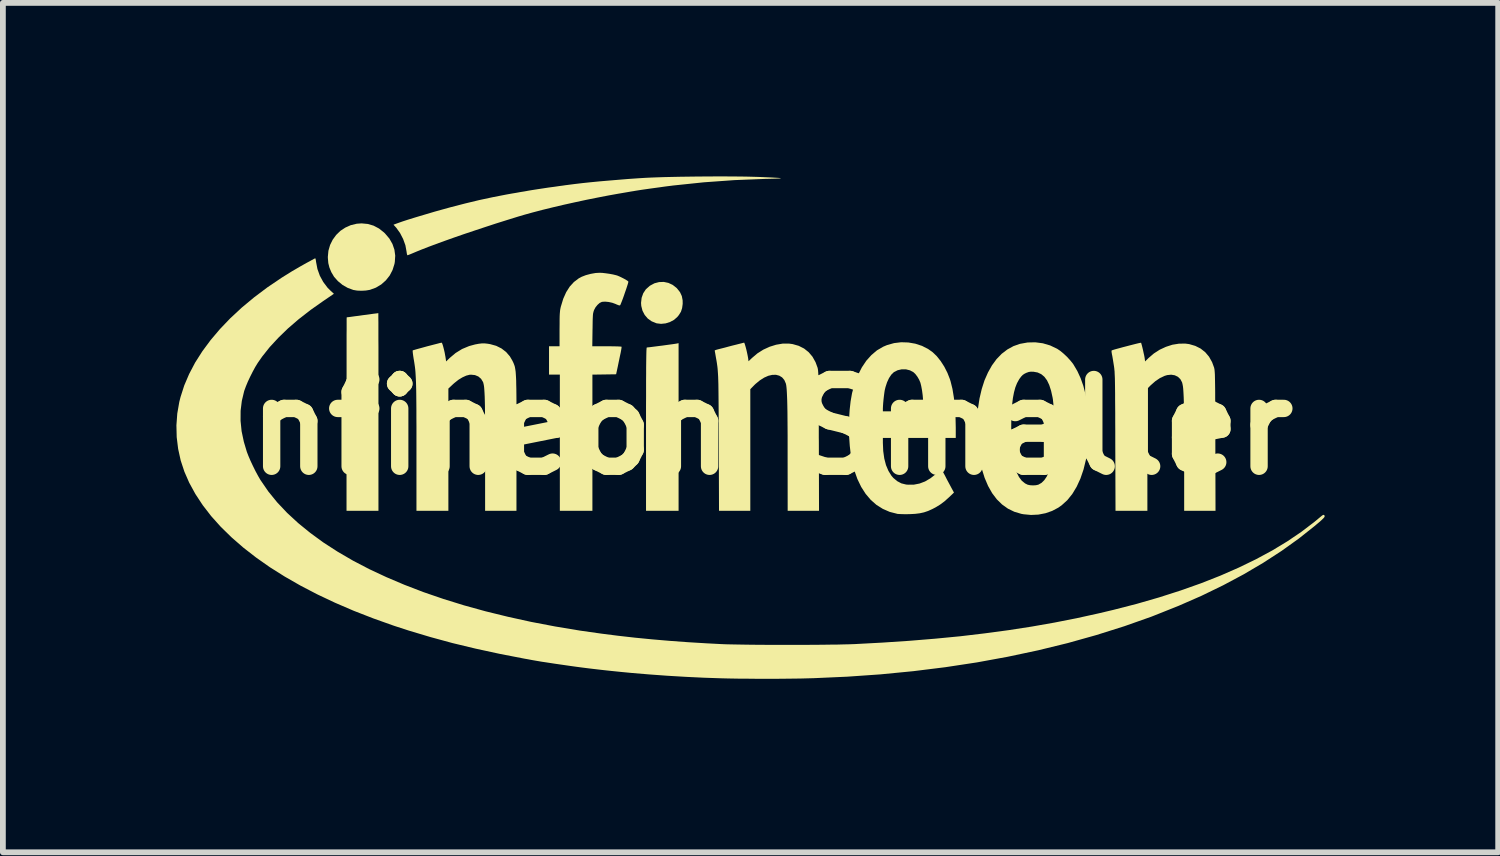
<source format=kicad_pcb>
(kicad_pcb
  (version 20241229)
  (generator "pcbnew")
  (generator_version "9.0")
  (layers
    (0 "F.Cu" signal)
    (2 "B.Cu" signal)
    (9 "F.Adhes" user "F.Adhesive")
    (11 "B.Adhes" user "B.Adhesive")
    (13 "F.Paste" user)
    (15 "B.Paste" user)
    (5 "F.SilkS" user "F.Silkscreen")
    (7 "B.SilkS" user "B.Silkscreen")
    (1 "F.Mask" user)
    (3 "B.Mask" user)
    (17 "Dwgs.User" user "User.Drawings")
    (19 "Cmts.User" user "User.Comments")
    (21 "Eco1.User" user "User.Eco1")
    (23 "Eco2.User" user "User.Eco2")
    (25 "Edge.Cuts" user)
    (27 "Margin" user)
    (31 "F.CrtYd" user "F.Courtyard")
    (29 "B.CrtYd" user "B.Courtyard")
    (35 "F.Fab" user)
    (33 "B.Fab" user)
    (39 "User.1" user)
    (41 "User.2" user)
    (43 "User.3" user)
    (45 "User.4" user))
  (footprint "Infineon Smaller"
    (layer "F.Cu")
    (at 9.932 4.333)
    (property "Reference" "Infineon Smaller" (at 0 0 0) (layer "F.SilkS") (effects (font (size 1.5 1.5) (thickness 0.3))))
    (attr board_only exclude_from_pos_files exclude_from_bom)
    (fp_poly (pts (xy -1.426 -2.492) (xy -1.351 -2.457) (xy -1.283 -2.403) (xy -1.274 -2.393) (xy -1.225 -2.331) (xy -1.194 -2.264) (xy -1.18 -2.191) (xy -1.179 -2.13) (xy -1.189 -2.056) (xy -1.209 -1.994) (xy -1.245 -1.936) (xy -1.272 -1.903) (xy -1.329 -1.853) (xy -1.398 -1.816) (xy -1.474 -1.792) (xy -1.553 -1.784) (xy -1.629 -1.793) (xy -1.638 -1.796) (xy -1.716 -1.828) (xy -1.783 -1.876) (xy -1.836 -1.938) (xy -1.874 -2.011) (xy -1.895 -2.093) (xy -1.899 -2.146) (xy -1.889 -2.234) (xy -1.861 -2.313) (xy -1.816 -2.381) (xy -1.752 -2.438) (xy -1.746 -2.443) (xy -1.668 -2.485) (xy -1.588 -2.506) (xy -1.506 -2.509)) (stroke (width 0) (type solid)) (fill yes) (layer "F.SilkS"))
    (fp_poly (pts (xy -1.25 -0.001) (xy -1.25 1.448) (xy -1.532 1.448) (xy -1.813 1.448) (xy -1.813 0.036) (xy -1.813 -0.169) (xy -1.813 -0.356) (xy -1.812 -0.523) (xy -1.812 -0.671) (xy -1.812 -0.803) (xy -1.811 -0.918) (xy -1.811 -1.018) (xy -1.81 -1.104) (xy -1.809 -1.176) (xy -1.808 -1.235) (xy -1.807 -1.283) (xy -1.806 -1.319) (xy -1.804 -1.346) (xy -1.803 -1.363) (xy -1.801 -1.373) (xy -1.799 -1.375) (xy -1.784 -1.377) (xy -1.752 -1.38) (xy -1.706 -1.386) (xy -1.651 -1.393) (xy -1.589 -1.401) (xy -1.524 -1.409) (xy -1.46 -1.418) (xy -1.401 -1.426) (xy -1.349 -1.433) (xy -1.309 -1.439) (xy -1.284 -1.443) (xy -1.279 -1.444) (xy -1.25 -1.45)) (stroke (width 0) (type solid)) (fill yes) (layer "F.SilkS"))
    (fp_poly (pts (xy -6.624 -3.511) (xy -6.524 -3.482) (xy -6.429 -3.432) (xy -6.342 -3.363) (xy -6.324 -3.345) (xy -6.25 -3.258) (xy -6.197 -3.165) (xy -6.163 -3.066) (xy -6.149 -2.963) (xy -6.156 -2.855) (xy -6.162 -2.82) (xy -6.195 -2.715) (xy -6.245 -2.619) (xy -6.311 -2.536) (xy -6.391 -2.465) (xy -6.483 -2.41) (xy -6.587 -2.372) (xy -6.592 -2.371) (xy -6.657 -2.36) (xy -6.733 -2.356) (xy -6.808 -2.359) (xy -6.873 -2.37) (xy -6.876 -2.371) (xy -6.971 -2.406) (xy -7.06 -2.457) (xy -7.139 -2.522) (xy -7.206 -2.597) (xy -7.254 -2.678) (xy -7.287 -2.758) (xy -7.306 -2.834) (xy -7.313 -2.916) (xy -7.314 -2.942) (xy -7.304 -3.048) (xy -7.275 -3.148) (xy -7.23 -3.239) (xy -7.17 -3.321) (xy -7.097 -3.392) (xy -7.012 -3.448) (xy -6.918 -3.49) (xy -6.815 -3.515) (xy -6.73 -3.521)) (stroke (width 0) (type solid)) (fill yes) (layer "F.SilkS"))
    (fp_poly (pts (xy -6.441 -1.959) (xy -6.441 -1.929) (xy -6.441 -1.88) (xy -6.44 -1.814) (xy -6.44 -1.731) (xy -6.44 -1.633) (xy -6.44 -1.521) (xy -6.439 -1.395) (xy -6.439 -1.258) (xy -6.439 -1.109) (xy -6.439 -0.95) (xy -6.439 -0.783) (xy -6.439 -0.607) (xy -6.439 -0.425) (xy -6.439 -0.26) (xy -6.439 1.448) (xy -6.715 1.448) (xy -6.991 1.448) (xy -6.991 -0.224) (xy -6.991 -0.409) (xy -6.991 -0.588) (xy -6.991 -0.761) (xy -6.99 -0.925) (xy -6.99 -1.08) (xy -6.99 -1.226) (xy -6.99 -1.36) (xy -6.99 -1.481) (xy -6.99 -1.59) (xy -6.989 -1.683) (xy -6.989 -1.761) (xy -6.989 -1.823) (xy -6.989 -1.866) (xy -6.988 -1.891) (xy -6.988 -1.896) (xy -6.978 -1.898) (xy -6.949 -1.901) (xy -6.905 -1.907) (xy -6.849 -1.915) (xy -6.783 -1.923) (xy -6.715 -1.933) (xy -6.642 -1.942) (xy -6.577 -1.951) (xy -6.522 -1.959) (xy -6.479 -1.964) (xy -6.451 -1.968) (xy -6.441 -1.969)) (stroke (width 0) (type solid)) (fill yes) (layer "F.SilkS"))
    (fp_poly (pts (xy -2.568 -2.665) (xy -2.508 -2.658) (xy -2.445 -2.649) (xy -2.385 -2.638) (xy -2.335 -2.626) (xy -2.313 -2.62) (xy -2.274 -2.604) (xy -2.232 -2.584) (xy -2.191 -2.563) (xy -2.155 -2.542) (xy -2.129 -2.525) (xy -2.118 -2.514) (xy -2.12 -2.501) (xy -2.128 -2.472) (xy -2.141 -2.431) (xy -2.157 -2.382) (xy -2.176 -2.328) (xy -2.195 -2.272) (xy -2.214 -2.219) (xy -2.232 -2.172) (xy -2.247 -2.135) (xy -2.257 -2.111) (xy -2.26 -2.107) (xy -2.269 -2.102) (xy -2.288 -2.106) (xy -2.321 -2.119) (xy -2.338 -2.127) (xy -2.395 -2.148) (xy -2.458 -2.162) (xy -2.518 -2.168) (xy -2.57 -2.165) (xy -2.578 -2.163) (xy -2.615 -2.145) (xy -2.652 -2.112) (xy -2.686 -2.07) (xy -2.711 -2.023) (xy -2.718 -2.004) (xy -2.723 -1.985) (xy -2.728 -1.964) (xy -2.731 -1.937) (xy -2.733 -1.901) (xy -2.735 -1.854) (xy -2.736 -1.793) (xy -2.737 -1.715) (xy -2.738 -1.68) (xy -2.742 -1.396) (xy -2.491 -1.396) (xy -2.421 -1.396) (xy -2.358 -1.395) (xy -2.306 -1.394) (xy -2.266 -1.392) (xy -2.242 -1.39) (xy -2.236 -1.388) (xy -2.236 -1.375) (xy -2.24 -1.347) (xy -2.247 -1.308) (xy -2.252 -1.281) (xy -2.263 -1.231) (xy -2.276 -1.168) (xy -2.29 -1.101) (xy -2.301 -1.047) (xy -2.33 -0.912) (xy -2.535 -0.909) (xy -2.74 -0.906) (xy -2.74 0.271) (xy -2.74 1.448) (xy -3.021 1.448) (xy -3.303 1.448) (xy -3.303 0.271) (xy -3.303 -0.906) (xy -3.396 -0.906) (xy -3.49 -0.906) (xy -3.49 -1.151) (xy -3.49 -1.396) (xy -3.399 -1.396) (xy -3.308 -1.396) (xy -3.308 -1.696) (xy -3.307 -1.784) (xy -3.307 -1.855) (xy -3.306 -1.912) (xy -3.304 -1.956) (xy -3.301 -1.992) (xy -3.298 -2.022) (xy -3.293 -2.049) (xy -3.287 -2.077) (xy -3.284 -2.087) (xy -3.244 -2.218) (xy -3.193 -2.332) (xy -3.132 -2.428) (xy -3.06 -2.507) (xy -2.977 -2.57) (xy -2.925 -2.598) (xy -2.853 -2.626) (xy -2.77 -2.648) (xy -2.686 -2.663) (xy -2.616 -2.667)) (stroke (width 0) (type solid)) (fill yes) (layer "F.SilkS"))
    (fp_poly (pts (xy -0.111 -1.449) (xy -0.102 -1.423) (xy -0.091 -1.386) (xy -0.079 -1.341) (xy -0.068 -1.293) (xy -0.058 -1.246) (xy -0.05 -1.204) (xy -0.047 -1.186) (xy -0.041 -1.137) (xy 0.019 -1.194) (xy 0.112 -1.273) (xy 0.215 -1.338) (xy 0.324 -1.388) (xy 0.436 -1.423) (xy 0.548 -1.442) (xy 0.656 -1.443) (xy 0.722 -1.434) (xy 0.827 -1.404) (xy 0.92 -1.357) (xy 0.999 -1.294) (xy 1.065 -1.216) (xy 1.118 -1.121) (xy 1.153 -1.026) (xy 1.155 -1.016) (xy 1.158 -1.003) (xy 1.16 -0.988) (xy 1.162 -0.969) (xy 1.164 -0.944) (xy 1.166 -0.913) (xy 1.167 -0.874) (xy 1.168 -0.827) (xy 1.169 -0.77) (xy 1.17 -0.701) (xy 1.171 -0.62) (xy 1.172 -0.526) (xy 1.172 -0.417) (xy 1.173 -0.293) (xy 1.173 -0.151) (xy 1.174 0.009) (xy 1.174 0.188) (xy 1.175 0.242) (xy 1.178 1.448) (xy 0.907 1.448) (xy 0.636 1.448) (xy 0.635 0.513) (xy 0.635 0.321) (xy 0.635 0.148) (xy 0.634 -0.006) (xy 0.633 -0.143) (xy 0.632 -0.262) (xy 0.63 -0.366) (xy 0.628 -0.456) (xy 0.625 -0.532) (xy 0.622 -0.596) (xy 0.619 -0.648) (xy 0.615 -0.69) (xy 0.611 -0.722) (xy 0.606 -0.746) (xy 0.605 -0.751) (xy 0.578 -0.813) (xy 0.54 -0.858) (xy 0.491 -0.888) (xy 0.434 -0.903) (xy 0.37 -0.902) (xy 0.301 -0.886) (xy 0.229 -0.854) (xy 0.155 -0.807) (xy 0.081 -0.746) (xy 0.06 -0.726) (xy -0.01 -0.654) (xy -0.01 0.397) (xy -0.01 1.448) (xy -0.281 1.448) (xy -0.551 1.448) (xy -0.555 0.273) (xy -0.556 0.088) (xy -0.557 -0.078) (xy -0.557 -0.226) (xy -0.558 -0.358) (xy -0.559 -0.473) (xy -0.56 -0.575) (xy -0.561 -0.664) (xy -0.562 -0.742) (xy -0.564 -0.809) (xy -0.566 -0.868) (xy -0.569 -0.92) (xy -0.572 -0.965) (xy -0.575 -1.006) (xy -0.579 -1.044) (xy -0.584 -1.079) (xy -0.589 -1.114) (xy -0.595 -1.15) (xy -0.602 -1.188) (xy -0.609 -1.229) (xy -0.616 -1.27) (xy -0.622 -1.302) (xy -0.625 -1.321) (xy -0.625 -1.324) (xy -0.616 -1.329) (xy -0.592 -1.337) (xy -0.57 -1.343) (xy -0.543 -1.35) (xy -0.499 -1.361) (xy -0.444 -1.375) (xy -0.382 -1.392) (xy -0.321 -1.408) (xy -0.26 -1.423) (xy -0.205 -1.437) (xy -0.161 -1.448) (xy -0.131 -1.456) (xy -0.117 -1.459) (xy -0.116 -1.459)) (stroke (width 0) (type solid)) (fill yes) (layer "F.SilkS"))
    (fp_poly (pts (xy -5.339 -1.449) (xy -5.329 -1.423) (xy -5.318 -1.385) (xy -5.306 -1.338) (xy -5.294 -1.287) (xy -5.285 -1.235) (xy -5.281 -1.216) (xy -5.269 -1.134) (xy -5.205 -1.196) (xy -5.105 -1.28) (xy -4.993 -1.349) (xy -4.871 -1.4) (xy -4.768 -1.428) (xy -4.703 -1.44) (xy -4.65 -1.446) (xy -4.601 -1.446) (xy -4.548 -1.44) (xy -4.507 -1.433) (xy -4.403 -1.404) (xy -4.311 -1.358) (xy -4.232 -1.297) (xy -4.167 -1.222) (xy -4.126 -1.152) (xy -4.115 -1.13) (xy -4.105 -1.109) (xy -4.097 -1.089) (xy -4.089 -1.068) (xy -4.082 -1.046) (xy -4.077 -1.021) (xy -4.072 -0.991) (xy -4.067 -0.956) (xy -4.064 -0.914) (xy -4.061 -0.864) (xy -4.058 -0.805) (xy -4.057 -0.736) (xy -4.055 -0.656) (xy -4.054 -0.563) (xy -4.053 -0.455) (xy -4.053 -0.333) (xy -4.053 -0.195) (xy -4.053 -0.039) (xy -4.053 0.136) (xy -4.053 0.277) (xy -4.053 1.448) (xy -4.324 1.448) (xy -4.595 1.448) (xy -4.595 0.466) (xy -4.595 0.282) (xy -4.595 0.117) (xy -4.595 -0.029) (xy -4.596 -0.158) (xy -4.597 -0.271) (xy -4.598 -0.369) (xy -4.6 -0.453) (xy -4.602 -0.525) (xy -4.605 -0.586) (xy -4.608 -0.636) (xy -4.611 -0.677) (xy -4.615 -0.711) (xy -4.62 -0.738) (xy -4.625 -0.759) (xy -4.63 -0.777) (xy -4.632 -0.78) (xy -4.665 -0.834) (xy -4.712 -0.874) (xy -4.77 -0.898) (xy -4.837 -0.905) (xy -4.862 -0.904) (xy -4.921 -0.889) (xy -4.987 -0.859) (xy -5.056 -0.817) (xy -5.124 -0.763) (xy -5.146 -0.744) (xy -5.23 -0.665) (xy -5.23 0.392) (xy -5.23 1.448) (xy -5.506 1.448) (xy -5.782 1.448) (xy -5.782 0.345) (xy -5.782 0.155) (xy -5.782 -0.015) (xy -5.783 -0.167) (xy -5.783 -0.303) (xy -5.784 -0.423) (xy -5.785 -0.529) (xy -5.786 -0.623) (xy -5.788 -0.705) (xy -5.79 -0.777) (xy -5.793 -0.841) (xy -5.796 -0.897) (xy -5.799 -0.948) (xy -5.803 -0.994) (xy -5.808 -1.037) (xy -5.814 -1.078) (xy -5.82 -1.119) (xy -5.827 -1.161) (xy -5.83 -1.177) (xy -5.838 -1.229) (xy -5.844 -1.273) (xy -5.847 -1.306) (xy -5.847 -1.323) (xy -5.847 -1.325) (xy -5.835 -1.329) (xy -5.807 -1.337) (xy -5.766 -1.349) (xy -5.714 -1.363) (xy -5.656 -1.379) (xy -5.595 -1.396) (xy -5.533 -1.412) (xy -5.475 -1.427) (xy -5.424 -1.44) (xy -5.383 -1.451) (xy -5.356 -1.457) (xy -5.346 -1.459)) (stroke (width 0) (type solid)) (fill yes) (layer "F.SilkS"))
    (fp_poly (pts (xy 6.746 -1.457) (xy 6.75 -1.445) (xy 6.758 -1.417) (xy 6.768 -1.378) (xy 6.779 -1.332) (xy 6.789 -1.285) (xy 6.799 -1.241) (xy 6.806 -1.204) (xy 6.809 -1.184) (xy 6.815 -1.134) (xy 6.876 -1.194) (xy 6.967 -1.272) (xy 7.068 -1.337) (xy 7.176 -1.387) (xy 7.287 -1.423) (xy 7.399 -1.441) (xy 7.508 -1.443) (xy 7.577 -1.434) (xy 7.683 -1.403) (xy 7.775 -1.357) (xy 7.855 -1.294) (xy 7.921 -1.216) (xy 7.974 -1.121) (xy 8.009 -1.026) (xy 8.011 -1.015) (xy 8.014 -1.003) (xy 8.016 -0.987) (xy 8.018 -0.967) (xy 8.02 -0.941) (xy 8.022 -0.908) (xy 8.023 -0.868) (xy 8.024 -0.819) (xy 8.025 -0.759) (xy 8.026 -0.688) (xy 8.027 -0.605) (xy 8.027 -0.507) (xy 8.028 -0.395) (xy 8.029 -0.267) (xy 8.029 -0.122) (xy 8.03 0.042) (xy 8.03 0.225) (xy 8.03 0.242) (xy 8.033 1.448) (xy 7.762 1.448) (xy 7.491 1.448) (xy 7.491 0.482) (xy 7.49 0.297) (xy 7.49 0.132) (xy 7.49 -0.014) (xy 7.489 -0.143) (xy 7.488 -0.256) (xy 7.487 -0.355) (xy 7.485 -0.44) (xy 7.483 -0.512) (xy 7.48 -0.573) (xy 7.477 -0.624) (xy 7.474 -0.666) (xy 7.47 -0.701) (xy 7.465 -0.729) (xy 7.46 -0.752) (xy 7.455 -0.771) (xy 7.455 -0.772) (xy 7.425 -0.828) (xy 7.382 -0.869) (xy 7.328 -0.895) (xy 7.266 -0.905) (xy 7.198 -0.898) (xy 7.154 -0.885) (xy 7.073 -0.847) (xy 6.993 -0.793) (xy 6.918 -0.727) (xy 6.915 -0.725) (xy 6.855 -0.664) (xy 6.855 0.392) (xy 6.855 1.448) (xy 6.58 1.448) (xy 6.304 1.448) (xy 6.3 0.258) (xy 6.3 0.075) (xy 6.299 -0.089) (xy 6.299 -0.234) (xy 6.298 -0.363) (xy 6.297 -0.475) (xy 6.297 -0.573) (xy 6.296 -0.658) (xy 6.295 -0.731) (xy 6.294 -0.793) (xy 6.293 -0.845) (xy 6.291 -0.89) (xy 6.289 -0.927) (xy 6.288 -0.959) (xy 6.285 -0.986) (xy 6.283 -1.011) (xy 6.28 -1.033) (xy 6.277 -1.055) (xy 6.274 -1.073) (xy 6.265 -1.13) (xy 6.256 -1.185) (xy 6.248 -1.231) (xy 6.241 -1.262) (xy 6.241 -1.265) (xy 6.236 -1.296) (xy 6.235 -1.318) (xy 6.238 -1.324) (xy 6.25 -1.329) (xy 6.278 -1.338) (xy 6.32 -1.35) (xy 6.372 -1.364) (xy 6.43 -1.38) (xy 6.492 -1.396) (xy 6.553 -1.412) (xy 6.612 -1.427) (xy 6.663 -1.44) (xy 6.705 -1.45) (xy 6.734 -1.456) (xy 6.746 -1.457)) (stroke (width 0) (type solid)) (fill yes) (layer "F.SilkS"))
    (fp_poly (pts (xy -0.31 -4.332) (xy -0.174 -4.331) (xy -0.05 -4.329) (xy 0.059 -4.326) (xy 0.135 -4.324) (xy 0.25 -4.319) (xy 0.344 -4.315) (xy 0.418 -4.311) (xy 0.471 -4.308) (xy 0.505 -4.305) (xy 0.518 -4.302) (xy 0.512 -4.299) (xy 0.486 -4.297) (xy 0.441 -4.295) (xy 0.376 -4.293) (xy 0.293 -4.291) (xy 0.245 -4.29) (xy -0.284 -4.269) (xy -0.815 -4.231) (xy -1.351 -4.175) (xy -1.372 -4.172) (xy -1.43 -4.165) (xy -1.499 -4.156) (xy -1.576 -4.145) (xy -1.657 -4.134) (xy -1.737 -4.123) (xy -1.815 -4.112) (xy -1.885 -4.102) (xy -1.943 -4.093) (xy -1.987 -4.086) (xy -2 -4.084) (xy -2.028 -4.079) (xy -2.072 -4.072) (xy -2.129 -4.062) (xy -2.193 -4.051) (xy -2.262 -4.039) (xy -2.276 -4.037) (xy -2.46 -4.004) (xy -2.651 -3.967) (xy -2.846 -3.928) (xy -3.041 -3.886) (xy -3.235 -3.843) (xy -3.422 -3.799) (xy -3.601 -3.755) (xy -3.769 -3.711) (xy -3.921 -3.669) (xy -4.032 -3.636) (xy -4.222 -3.577) (xy -4.413 -3.517) (xy -4.602 -3.455) (xy -4.786 -3.394) (xy -4.965 -3.334) (xy -5.135 -3.275) (xy -5.295 -3.218) (xy -5.443 -3.164) (xy -5.577 -3.114) (xy -5.695 -3.068) (xy -5.781 -3.033) (xy -5.833 -3.011) (xy -5.878 -2.992) (xy -5.913 -2.978) (xy -5.934 -2.971) (xy -5.938 -2.969) (xy -5.943 -2.979) (xy -5.949 -3.003) (xy -5.953 -3.032) (xy -5.973 -3.142) (xy -6.012 -3.25) (xy -6.065 -3.353) (xy -6.13 -3.444) (xy -6.149 -3.465) (xy -6.179 -3.498) (xy -6.15 -3.509) (xy -6.092 -3.53) (xy -6.021 -3.555) (xy -5.935 -3.583) (xy -5.832 -3.615) (xy -5.746 -3.641) (xy -5.463 -3.725) (xy -5.196 -3.799) (xy -4.941 -3.865) (xy -4.696 -3.924) (xy -4.457 -3.975) (xy -4.221 -4.021) (xy -4.126 -4.038) (xy -4.059 -4.049) (xy -3.988 -4.062) (xy -3.919 -4.073) (xy -3.863 -4.083) (xy -3.86 -4.084) (xy -3.782 -4.097) (xy -3.699 -4.11) (xy -3.607 -4.124) (xy -3.502 -4.14) (xy -3.381 -4.156) (xy -3.376 -4.157) (xy -3.314 -4.166) (xy -3.253 -4.174) (xy -3.199 -4.182) (xy -3.158 -4.187) (xy -3.152 -4.188) (xy -3.042 -4.202) (xy -2.915 -4.217) (xy -2.773 -4.232) (xy -2.619 -4.247) (xy -2.456 -4.261) (xy -2.287 -4.275) (xy -2.116 -4.289) (xy -1.944 -4.301) (xy -1.813 -4.309) (xy -1.726 -4.313) (xy -1.62 -4.317) (xy -1.5 -4.321) (xy -1.366 -4.324) (xy -1.223 -4.327) (xy -1.073 -4.329) (xy -0.918 -4.331) (xy -0.762 -4.332) (xy -0.606 -4.333) (xy -0.455 -4.333)) (stroke (width 0) (type solid)) (fill yes) (layer "F.SilkS"))
    (fp_poly (pts (xy 2.722 -1.462) (xy 2.843 -1.441) (xy 2.959 -1.403) (xy 3.066 -1.348) (xy 3.141 -1.295) (xy 3.213 -1.226) (xy 3.281 -1.141) (xy 3.344 -1.043) (xy 3.398 -0.937) (xy 3.441 -0.827) (xy 3.453 -0.788) (xy 3.485 -0.659) (xy 3.509 -0.512) (xy 3.527 -0.35) (xy 3.538 -0.175) (xy 3.542 0.01) (xy 3.542 0.014) (xy 3.542 0.188) (xy 2.912 0.188) (xy 2.282 0.188) (xy 2.282 0.273) (xy 2.288 0.415) (xy 2.306 0.544) (xy 2.336 0.659) (xy 2.378 0.758) (xy 2.43 0.842) (xy 2.463 0.88) (xy 2.53 0.936) (xy 2.602 0.974) (xy 2.683 0.994) (xy 2.718 0.997) (xy 2.819 0.996) (xy 2.916 0.977) (xy 3.011 0.941) (xy 3.106 0.885) (xy 3.202 0.81) (xy 3.229 0.785) (xy 3.259 0.759) (xy 3.282 0.74) (xy 3.295 0.731) (xy 3.296 0.73) (xy 3.302 0.741) (xy 3.315 0.766) (xy 3.335 0.802) (xy 3.358 0.845) (xy 3.36 0.849) (xy 3.388 0.904) (xy 3.419 0.962) (xy 3.448 1.016) (xy 3.465 1.048) (xy 3.511 1.133) (xy 3.425 1.215) (xy 3.348 1.284) (xy 3.273 1.34) (xy 3.191 1.39) (xy 3.137 1.418) (xy 3.064 1.451) (xy 2.993 1.475) (xy 2.92 1.491) (xy 2.839 1.501) (xy 2.743 1.506) (xy 2.735 1.506) (xy 2.675 1.507) (xy 2.619 1.506) (xy 2.571 1.504) (xy 2.536 1.502) (xy 2.529 1.5) (xy 2.4 1.467) (xy 2.281 1.415) (xy 2.171 1.346) (xy 2.072 1.259) (xy 1.984 1.155) (xy 1.907 1.035) (xy 1.841 0.898) (xy 1.787 0.746) (xy 1.751 0.609) (xy 1.727 0.476) (xy 1.71 0.329) (xy 1.699 0.174) (xy 1.695 0.014) (xy 1.698 -0.145) (xy 1.706 -0.271) (xy 2.282 -0.271) (xy 2.631 -0.271) (xy 2.98 -0.271) (xy 2.98 -0.387) (xy 2.977 -0.467) (xy 2.97 -0.551) (xy 2.959 -0.634) (xy 2.945 -0.709) (xy 2.931 -0.766) (xy 2.909 -0.818) (xy 2.879 -0.87) (xy 2.845 -0.915) (xy 2.813 -0.946) (xy 2.751 -0.98) (xy 2.68 -0.998) (xy 2.607 -0.998) (xy 2.537 -0.982) (xy 2.474 -0.95) (xy 2.469 -0.946) (xy 2.427 -0.905) (xy 2.388 -0.846) (xy 2.354 -0.773) (xy 2.327 -0.69) (xy 2.314 -0.636) (xy 2.308 -0.597) (xy 2.301 -0.544) (xy 2.294 -0.483) (xy 2.288 -0.422) (xy 2.284 -0.366) (xy 2.282 -0.321) (xy 2.282 -0.31) (xy 2.282 -0.271) (xy 1.706 -0.271) (xy 1.708 -0.3) (xy 1.724 -0.444) (xy 1.747 -0.575) (xy 1.751 -0.594) (xy 1.796 -0.755) (xy 1.852 -0.901) (xy 1.919 -1.032) (xy 1.996 -1.147) (xy 2.084 -1.245) (xy 2.18 -1.326) (xy 2.286 -1.388) (xy 2.354 -1.417) (xy 2.475 -1.451) (xy 2.598 -1.466)) (stroke (width 0) (type solid)) (fill yes) (layer "F.SilkS"))
    (fp_poly (pts (xy 5.047 -1.448) (xy 5.173 -1.411) (xy 5.293 -1.354) (xy 5.298 -1.351) (xy 5.35 -1.316) (xy 5.409 -1.267) (xy 5.468 -1.211) (xy 5.522 -1.152) (xy 5.568 -1.095) (xy 5.579 -1.078) (xy 5.645 -0.966) (xy 5.701 -0.844) (xy 5.748 -0.711) (xy 5.786 -0.564) (xy 5.817 -0.401) (xy 5.821 -0.375) (xy 5.827 -0.317) (xy 5.832 -0.242) (xy 5.836 -0.156) (xy 5.838 -0.062) (xy 5.839 0.034) (xy 5.838 0.129) (xy 5.836 0.218) (xy 5.832 0.296) (xy 5.826 0.359) (xy 5.825 0.367) (xy 5.794 0.559) (xy 5.751 0.734) (xy 5.697 0.892) (xy 5.632 1.033) (xy 5.557 1.157) (xy 5.471 1.264) (xy 5.374 1.352) (xy 5.315 1.394) (xy 5.209 1.45) (xy 5.094 1.49) (xy 4.97 1.514) (xy 4.843 1.52) (xy 4.715 1.508) (xy 4.676 1.501) (xy 4.555 1.465) (xy 4.444 1.411) (xy 4.343 1.339) (xy 4.252 1.25) (xy 4.171 1.143) (xy 4.101 1.019) (xy 4.041 0.878) (xy 3.992 0.722) (xy 3.954 0.549) (xy 3.927 0.36) (xy 3.918 0.26) (xy 3.908 0.057) (xy 3.909 0.016) (xy 4.501 0.016) (xy 4.503 0.173) (xy 4.508 0.311) (xy 4.517 0.433) (xy 4.531 0.539) (xy 4.548 0.633) (xy 4.57 0.716) (xy 4.594 0.782) (xy 4.635 0.864) (xy 4.684 0.929) (xy 4.741 0.975) (xy 4.785 0.997) (xy 4.827 1.006) (xy 4.878 1.009) (xy 4.928 1.006) (xy 4.968 0.997) (xy 4.971 0.996) (xy 5.025 0.965) (xy 5.073 0.918) (xy 5.115 0.856) (xy 5.151 0.777) (xy 5.181 0.68) (xy 5.208 0.563) (xy 5.211 0.545) (xy 5.217 0.512) (xy 5.222 0.48) (xy 5.225 0.448) (xy 5.228 0.412) (xy 5.23 0.37) (xy 5.232 0.319) (xy 5.233 0.256) (xy 5.234 0.18) (xy 5.234 0.087) (xy 5.234 0.01) (xy 5.235 -0.097) (xy 5.234 -0.186) (xy 5.234 -0.259) (xy 5.233 -0.319) (xy 5.231 -0.368) (xy 5.229 -0.409) (xy 5.225 -0.443) (xy 5.222 -0.475) (xy 5.217 -0.505) (xy 5.216 -0.51) (xy 5.19 -0.628) (xy 5.158 -0.727) (xy 5.12 -0.807) (xy 5.074 -0.869) (xy 5.02 -0.914) (xy 4.958 -0.943) (xy 4.887 -0.956) (xy 4.885 -0.956) (xy 4.84 -0.957) (xy 4.804 -0.952) (xy 4.768 -0.939) (xy 4.766 -0.939) (xy 4.728 -0.92) (xy 4.699 -0.9) (xy 4.674 -0.874) (xy 4.646 -0.837) (xy 4.635 -0.82) (xy 4.601 -0.758) (xy 4.572 -0.685) (xy 4.549 -0.6) (xy 4.53 -0.501) (xy 4.516 -0.386) (xy 4.507 -0.255) (xy 4.502 -0.107) (xy 4.501 0.016) (xy 3.909 0.016) (xy 3.911 -0.137) (xy 3.926 -0.321) (xy 3.953 -0.495) (xy 3.991 -0.657) (xy 4.039 -0.807) (xy 4.099 -0.943) (xy 4.168 -1.066) (xy 4.247 -1.174) (xy 4.336 -1.266) (xy 4.434 -1.341) (xy 4.54 -1.399) (xy 4.651 -1.438) (xy 4.785 -1.462) (xy 4.917 -1.465)) (stroke (width 0) (type solid)) (fill yes) (layer "F.SilkS"))
    (fp_poly (pts (xy -7.527 -2.908) (xy -7.521 -2.883) (xy -7.517 -2.852) (xy -7.494 -2.732) (xy -7.452 -2.615) (xy -7.393 -2.507) (xy -7.319 -2.409) (xy -7.267 -2.357) (xy -7.209 -2.304) (xy -7.394 -2.178) (xy -7.614 -2.023) (xy -7.817 -1.865) (xy -8.003 -1.705) (xy -8.17 -1.543) (xy -8.319 -1.382) (xy -8.448 -1.22) (xy -8.525 -1.11) (xy -8.568 -1.04) (xy -8.612 -0.959) (xy -8.656 -0.872) (xy -8.697 -0.785) (xy -8.731 -0.703) (xy -8.757 -0.632) (xy -8.761 -0.62) (xy -8.801 -0.453) (xy -8.822 -0.282) (xy -8.823 -0.107) (xy -8.805 0.072) (xy -8.766 0.256) (xy -8.714 0.43) (xy -8.686 0.502) (xy -8.65 0.586) (xy -8.608 0.675) (xy -8.564 0.764) (xy -8.519 0.847) (xy -8.478 0.918) (xy -8.476 0.92) (xy -8.343 1.114) (xy -8.19 1.302) (xy -8.018 1.484) (xy -7.826 1.661) (xy -7.616 1.832) (xy -7.388 1.998) (xy -7.142 2.157) (xy -6.879 2.31) (xy -6.599 2.456) (xy -6.302 2.595) (xy -5.989 2.728) (xy -5.661 2.854) (xy -5.317 2.972) (xy -4.959 3.083) (xy -4.586 3.186) (xy -4.198 3.281) (xy -3.798 3.369) (xy -3.384 3.448) (xy -2.957 3.519) (xy -2.584 3.572) (xy -2.293 3.609) (xy -2.001 3.642) (xy -1.705 3.671) (xy -1.401 3.697) (xy -1.086 3.72) (xy -0.756 3.74) (xy -0.505 3.753) (xy -0.432 3.756) (xy -0.341 3.758) (xy -0.233 3.76) (xy -0.112 3.762) (xy 0.022 3.764) (xy 0.164 3.765) (xy 0.314 3.766) (xy 0.469 3.766) (xy 0.626 3.766) (xy 0.784 3.766) (xy 0.939 3.766) (xy 1.091 3.765) (xy 1.235 3.764) (xy 1.371 3.762) (xy 1.495 3.761) (xy 1.607 3.758) (xy 1.702 3.756) (xy 1.779 3.753) (xy 1.787 3.753) (xy 2.272 3.727) (xy 2.738 3.696) (xy 3.188 3.659) (xy 3.623 3.617) (xy 4.044 3.567) (xy 4.454 3.512) (xy 4.855 3.45) (xy 5.247 3.381) (xy 5.633 3.305) (xy 6.014 3.221) (xy 6.267 3.161) (xy 6.671 3.057) (xy 7.059 2.945) (xy 7.43 2.826) (xy 7.783 2.701) (xy 8.118 2.569) (xy 8.435 2.43) (xy 8.734 2.285) (xy 9.014 2.134) (xy 9.275 1.976) (xy 9.517 1.812) (xy 9.739 1.643) (xy 9.803 1.59) (xy 9.844 1.556) (xy 9.872 1.533) (xy 9.89 1.521) (xy 9.902 1.518) (xy 9.91 1.521) (xy 9.915 1.527) (xy 9.92 1.537) (xy 9.919 1.548) (xy 9.912 1.562) (xy 9.895 1.581) (xy 9.868 1.607) (xy 9.829 1.642) (xy 9.775 1.687) (xy 9.757 1.703) (xy 9.476 1.926) (xy 9.176 2.141) (xy 8.857 2.348) (xy 8.519 2.547) (xy 8.163 2.737) (xy 7.788 2.919) (xy 7.395 3.091) (xy 6.984 3.255) (xy 6.923 3.279) (xy 6.456 3.444) (xy 5.974 3.596) (xy 5.478 3.735) (xy 4.967 3.86) (xy 4.444 3.971) (xy 3.909 4.069) (xy 3.363 4.152) (xy 2.807 4.221) (xy 2.241 4.276) (xy 1.667 4.316) (xy 1.085 4.342) (xy 1.006 4.344) (xy 0.858 4.348) (xy 0.694 4.35) (xy 0.517 4.352) (xy 0.333 4.353) (xy 0.146 4.353) (xy -0.039 4.351) (xy -0.219 4.35) (xy -0.389 4.347) (xy -0.51 4.344) (xy -0.811 4.334) (xy -1.124 4.319) (xy -1.443 4.3) (xy -1.76 4.277) (xy -2.068 4.251) (xy -2.245 4.234) (xy -2.372 4.221) (xy -2.487 4.209) (xy -2.595 4.197) (xy -2.698 4.185) (xy -2.799 4.173) (xy -2.902 4.16) (xy -3.009 4.146) (xy -3.124 4.13) (xy -3.249 4.112) (xy -3.388 4.092) (xy -3.544 4.068) (xy -3.584 4.062) (xy -3.613 4.058) (xy -3.659 4.05) (xy -3.718 4.04) (xy -3.786 4.028) (xy -3.86 4.014) (xy -3.912 4.005) (xy -4.345 3.921) (xy -4.76 3.831) (xy -5.159 3.735) (xy -5.544 3.63) (xy -5.918 3.518) (xy -6.173 3.435) (xy -6.527 3.309) (xy -6.866 3.177) (xy -7.189 3.038) (xy -7.496 2.893) (xy -7.786 2.742) (xy -8.06 2.585) (xy -8.317 2.423) (xy -8.556 2.255) (xy -8.777 2.083) (xy -8.98 1.906) (xy -9.165 1.725) (xy -9.331 1.54) (xy -9.477 1.351) (xy -9.604 1.158) (xy -9.711 0.962) (xy -9.794 0.772) (xy -9.858 0.578) (xy -9.902 0.378) (xy -9.927 0.175) (xy -9.932 -0.029) (xy -9.917 -0.234) (xy -9.882 -0.435) (xy -9.861 -0.518) (xy -9.797 -0.718) (xy -9.712 -0.917) (xy -9.608 -1.115) (xy -9.483 -1.311) (xy -9.34 -1.504) (xy -9.179 -1.694) (xy -9 -1.881) (xy -8.803 -2.064) (xy -8.589 -2.242) (xy -8.359 -2.415) (xy -8.112 -2.582) (xy -7.934 -2.693) (xy -7.894 -2.716) (xy -7.846 -2.744) (xy -7.793 -2.775) (xy -7.738 -2.806) (xy -7.683 -2.837) (xy -7.632 -2.864) (xy -7.589 -2.888) (xy -7.556 -2.906) (xy -7.536 -2.916) (xy -7.531 -2.917)) (stroke (width 0) (type solid)) (fill yes) (layer "F.SilkS")))
  (gr_rect
    (start -3 -3)
    (end 22.852 11.685)
    (stroke (width 0.1) (type default))
    (fill no)
    (layer "Edge.Cuts")))
</source>
